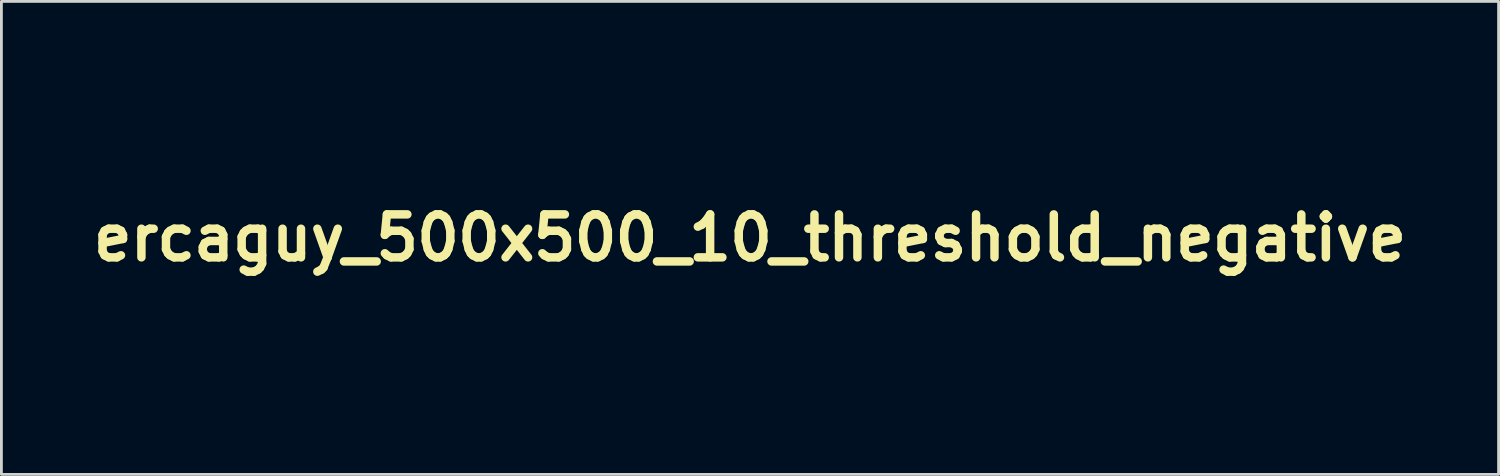
<source format=kicad_pcb>
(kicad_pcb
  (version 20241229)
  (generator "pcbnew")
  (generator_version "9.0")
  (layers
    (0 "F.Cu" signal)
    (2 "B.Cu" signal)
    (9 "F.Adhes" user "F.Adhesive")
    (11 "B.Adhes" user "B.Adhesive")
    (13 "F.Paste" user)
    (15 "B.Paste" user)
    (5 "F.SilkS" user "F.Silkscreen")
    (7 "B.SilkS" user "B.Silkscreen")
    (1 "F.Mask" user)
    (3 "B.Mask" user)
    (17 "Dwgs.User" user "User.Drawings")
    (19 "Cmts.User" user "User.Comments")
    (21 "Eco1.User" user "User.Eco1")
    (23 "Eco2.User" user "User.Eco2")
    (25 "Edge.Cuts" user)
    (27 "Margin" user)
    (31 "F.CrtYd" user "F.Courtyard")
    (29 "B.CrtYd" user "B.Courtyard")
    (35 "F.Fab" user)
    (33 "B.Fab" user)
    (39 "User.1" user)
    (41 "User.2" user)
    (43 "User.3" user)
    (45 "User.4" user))
  (footprint "ercaguy_500x500_10_threshold_negative"
    (layer "F.Cu")
    (at 23.557 5.39)
    (property "Reference" "ercaguy_500x500_10_threshold_negative" (at 0 0 0) (layer "F.SilkS") (effects (font (size 1.524 1.524) (thickness 0.3))))
    (attr through_hole)
    (fp_poly (pts (xy -15.253 -2.376) (xy -15.11 -2.274) (xy -15.018 -2.093) (xy -15.006 -2.045) (xy -14.973 -1.88) (xy -15.391 -1.88) (xy -15.598 -1.882) (xy -15.72 -1.892) (xy -15.776 -1.913) (xy -15.783 -1.948) (xy -15.779 -1.96) (xy -15.752 -2.082) (xy -15.748 -2.137) (xy -15.708 -2.232) (xy -15.62 -2.317) (xy -15.429 -2.393) (xy -15.253 -2.376)) (stroke (width 0.01) (type solid)) (fill no) (layer "Eco2.User"))
    (fp_poly (pts (xy -2.501 -1.672) (xy -2.448 -1.645) (xy -2.447 -1.57) (xy -2.457 -1.511) (xy -2.528 -1.335) (xy -2.648 -1.206) (xy -2.794 -1.137) (xy -2.944 -1.137) (xy -3.072 -1.217) (xy -3.134 -1.351) (xy -3.114 -1.491) (xy -3.018 -1.601) (xy -2.967 -1.627) (xy -2.83 -1.66) (xy -2.66 -1.676) (xy -2.632 -1.676) (xy -2.501 -1.672)) (stroke (width 0.01) (type solid)) (fill no) (layer "Eco2.User"))
    (fp_poly (pts (xy 3.696 -1.672) (xy 3.75 -1.645) (xy 3.751 -1.57) (xy 3.74 -1.511) (xy 3.67 -1.335) (xy 3.55 -1.206) (xy 3.403 -1.137) (xy 3.254 -1.137) (xy 3.126 -1.217) (xy 3.063 -1.351) (xy 3.084 -1.491) (xy 3.179 -1.601) (xy 3.231 -1.627) (xy 3.368 -1.66) (xy 3.538 -1.676) (xy 3.566 -1.676) (xy 3.696 -1.672)) (stroke (width 0.01) (type solid)) (fill no) (layer "Eco2.User"))
    (fp_poly (pts (xy -17.629 -2.388) (xy -17.491 -2.272) (xy -17.398 -2.113) (xy -17.374 -1.995) (xy -17.379 -1.938) (xy -17.411 -1.903) (xy -17.488 -1.886) (xy -17.633 -1.88) (xy -17.778 -1.88) (xy -17.991 -1.884) (xy -18.115 -1.899) (xy -18.163 -1.926) (xy -18.164 -1.943) (xy -18.139 -2.038) (xy -18.113 -2.15) (xy -18.041 -2.275) (xy -17.91 -2.369) (xy -17.758 -2.412) (xy -17.629 -2.388)) (stroke (width 0.01) (type solid)) (fill no) (layer "Eco2.User"))
    (fp_poly (pts (xy 19.101 5.385) (xy -19.101 5.385) (xy -19.101 4.75) (xy 12.09 4.75) (xy 12.116 4.775) (xy 12.141 4.75) (xy 12.116 4.724) (xy 12.09 4.75) (xy -19.101 4.75) (xy -19.101 4.522) (xy 11.789 4.522) (xy 11.802 4.548) (xy 11.83 4.585) (xy 11.904 4.664) (xy 11.937 4.663) (xy 11.938 4.654) (xy 11.933 4.648) (xy 12.446 4.648) (xy 12.471 4.674) (xy 12.497 4.648) (xy 12.471 4.623) (xy 12.446 4.648) (xy 11.933 4.648) (xy 11.903 4.612) (xy 11.849 4.566) (xy 11.789 4.522) (xy -19.101 4.522) (xy -19.101 4.369) (xy 12.446 4.369) (xy 12.463 4.418) (xy 12.468 4.42) (xy 12.512 4.384) (xy 12.522 4.369) (xy 12.518 4.322) (xy 12.5 4.318) (xy 12.448 4.355) (xy 12.446 4.369) (xy -19.101 4.369) (xy -19.101 4.242) (xy 12.395 4.242) (xy 12.421 4.267) (xy 12.446 4.242) (xy 12.421 4.216) (xy 12.395 4.242) (xy -19.101 4.242) (xy -19.101 4.089) (xy 13.259 4.089) (xy 13.284 4.115) (xy 13.31 4.089) (xy 13.284 4.064) (xy 13.259 4.089) (xy -19.101 4.089) (xy -19.101 3.937) (xy 11.227 3.937) (xy 11.252 3.962) (xy 11.278 3.937) (xy 11.252 3.912) (xy 11.227 3.937) (xy -19.101 3.937) (xy -19.101 3.435) (xy 10.446 3.435) (xy 10.494 3.499) (xy 10.538 3.548) (xy 10.645 3.659) (xy 10.7 3.704) (xy 10.718 3.693) (xy 10.719 3.685) (xy 10.686 3.638) (xy 10.606 3.556) (xy 10.604 3.555) (xy 10.539 3.486) (xy 10.552 3.473) (xy 10.579 3.482) (xy 10.653 3.495) (xy 10.658 3.451) (xy 12.001 3.451) (xy 12.008 3.454) (xy 12.055 3.419) (xy 12.065 3.404) (xy 12.078 3.356) (xy 12.071 3.353) (xy 12.025 3.389) (xy 12.014 3.404) (xy 12.001 3.451) (xy 10.658 3.451) (xy 10.659 3.445) (xy 10.615 3.349) (xy 12.154 3.349) (xy 12.161 3.353) (xy 12.207 3.317) (xy 12.217 3.302) (xy 12.23 3.255) (xy 12.223 3.251) (xy 12.177 3.287) (xy 12.167 3.302) (xy 12.154 3.349) (xy 10.615 3.349) (xy 10.615 3.349) (xy 10.549 3.267) (xy 10.496 3.258) (xy 10.483 3.322) (xy 10.492 3.359) (xy 10.505 3.434) (xy 10.464 3.431) (xy 10.458 3.428) (xy 10.446 3.435) (xy -19.101 3.435) (xy -19.101 3.226) (xy 10.312 3.226) (xy 10.338 3.251) (xy 10.363 3.226) (xy 10.338 3.2) (xy 10.312 3.226) (xy -19.101 3.226) (xy -19.101 3.073) (xy 10.312 3.073) (xy 10.338 3.099) (xy 10.363 3.073) (xy 10.338 3.048) (xy 10.312 3.073) (xy -19.101 3.073) (xy -19.101 2.565) (xy 10.871 2.565) (xy 10.897 2.591) (xy 10.922 2.565) (xy 10.897 2.54) (xy 10.871 2.565) (xy -19.101 2.565) (xy -19.101 2.515) (xy 12.344 2.515) (xy 12.37 2.54) (xy 12.395 2.515) (xy 12.37 2.489) (xy 12.344 2.515) (xy -19.101 2.515) (xy -19.101 2.413) (xy 12.141 2.413) (xy 12.167 2.438) (xy 12.192 2.413) (xy 12.167 2.388) (xy 12.395 2.388) (xy 12.414 2.429) (xy 12.429 2.421) (xy 12.435 2.361) (xy 12.429 2.354) (xy 12.399 2.361) (xy 12.395 2.388) (xy 12.167 2.388) (xy 12.141 2.413) (xy -19.101 2.413) (xy -19.101 2.21) (xy 12.598 2.21) (xy 12.624 2.235) (xy 12.649 2.21) (xy 14.376 2.21) (xy 14.402 2.235) (xy 14.427 2.21) (xy 14.402 2.184) (xy 14.376 2.21) (xy 12.649 2.21) (xy 12.624 2.184) (xy 12.598 2.21) (xy -19.101 2.21) (xy -19.101 2.007) (xy 2.489 2.007) (xy 2.515 2.032) (xy 2.54 2.007) (xy 2.515 1.981) (xy 2.489 2.007) (xy -19.101 2.007) (xy -19.101 1.956) (xy 14.072 1.956) (xy 14.097 1.981) (xy 14.122 1.956) (xy 14.097 1.93) (xy 14.072 1.956) (xy -19.101 1.956) (xy -19.101 1.803) (xy 13.614 1.803) (xy 13.64 1.829) (xy 13.665 1.803) (xy 13.64 1.778) (xy 13.614 1.803) (xy -19.101 1.803) (xy -19.101 1.748) (xy 13.923 1.748) (xy 13.933 1.814) (xy 13.95 1.815) (xy 13.953 1.799) (xy 14.025 1.799) (xy 14.034 1.865) (xy 14.051 1.866) (xy 14.064 1.798) (xy 14.056 1.768) (xy 14.033 1.749) (xy 14.025 1.799) (xy 13.953 1.799) (xy 13.962 1.747) (xy 13.954 1.718) (xy 13.931 1.698) (xy 13.923 1.748) (xy -19.101 1.748) (xy -19.101 1.592) (xy 13.53 1.592) (xy 13.537 1.622) (xy 13.564 1.626) (xy 13.605 1.607) (xy 13.597 1.592) (xy 13.537 1.586) (xy 13.53 1.592) (xy -19.101 1.592) (xy -19.101 1.549) (xy 0.813 1.549) (xy 0.838 1.575) (xy 0.864 1.549) (xy 0.838 1.524) (xy 0.813 1.549) (xy -19.101 1.549) (xy -19.101 1.397) (xy 13.208 1.397) (xy 13.233 1.422) (xy 13.259 1.397) (xy 13.233 1.372) (xy 13.208 1.397) (xy -19.101 1.397) (xy -19.101 1.143) (xy 12.751 1.143) (xy 12.776 1.168) (xy 12.802 1.143) (xy 12.797 1.139) (xy 13.11 1.139) (xy 13.12 1.205) (xy 13.137 1.205) (xy 13.149 1.137) (xy 13.141 1.108) (xy 13.119 1.089) (xy 13.11 1.139) (xy 12.797 1.139) (xy 12.776 1.118) (xy 12.751 1.143) (xy -19.101 1.143) (xy -19.101 0.229) (xy 13.462 0.229) (xy 13.487 0.254) (xy 13.513 0.229) (xy 13.487 0.203) (xy 13.462 0.229) (xy -19.101 0.229) (xy -19.101 -0.178) (xy 13.513 -0.178) (xy 13.538 -0.152) (xy 13.564 -0.178) (xy 13.538 -0.203) (xy 13.513 -0.178) (xy -19.101 -0.178) (xy -19.101 -0.389) (xy 13.835 -0.389) (xy 13.842 -0.359) (xy 13.868 -0.356) (xy 13.91 -0.374) (xy 13.902 -0.389) (xy 13.842 -0.396) (xy 13.835 -0.389) (xy -19.101 -0.389) (xy -19.101 -0.432) (xy 13.614 -0.432) (xy 13.64 -0.406) (xy 13.665 -0.432) (xy 13.64 -0.457) (xy 13.614 -0.432) (xy -19.101 -0.432) (xy -19.101 -0.69) (xy 17.53 -0.69) (xy 17.539 -0.624) (xy 17.557 -0.623) (xy 17.569 -0.691) (xy 17.561 -0.721) (xy 17.538 -0.74) (xy 17.53 -0.69) (xy -19.101 -0.69) (xy -19.101 -0.737) (xy 10.82 -0.737) (xy 10.846 -0.711) (xy 10.871 -0.737) (xy 10.846 -0.762) (xy 10.82 -0.737) (xy -19.101 -0.737) (xy -19.101 -0.787) (xy -8.331 -0.787) (xy -8.306 -0.762) (xy -8.28 -0.787) (xy 18.339 -0.787) (xy 18.364 -0.762) (xy 18.39 -0.787) (xy 18.364 -0.813) (xy 18.339 -0.787) (xy -8.28 -0.787) (xy -8.306 -0.813) (xy -8.331 -0.787) (xy -19.101 -0.787) (xy -19.101 -0.889) (xy 10.719 -0.889) (xy 10.744 -0.864) (xy 10.77 -0.889) (xy 10.744 -0.914) (xy 10.719 -0.889) (xy -19.101 -0.889) (xy -19.101 -1.066) (xy -5.635 -1.066) (xy -5.623 -1.04) (xy -5.594 -1.003) (xy -5.52 -0.924) (xy -5.487 -0.925) (xy -5.486 -0.934) (xy -5.491 -0.94) (xy 16.104 -0.94) (xy 16.129 -0.914) (xy 16.154 -0.94) (xy 16.866 -0.94) (xy 16.891 -0.914) (xy 16.916 -0.94) (xy 16.891 -0.965) (xy 16.866 -0.94) (xy 16.154 -0.94) (xy 16.129 -0.965) (xy 16.104 -0.94) (xy -5.491 -0.94) (xy -5.511 -0.964) (xy 4.437 -0.964) (xy 4.543 -0.996) (xy 4.643 -1.035) (xy 4.682 -1.06) (xy 4.706 -1.12) (xy 4.726 -1.191) (xy 5.445 -1.191) (xy 5.448 -1.114) (xy 5.473 -1.067) (xy 5.513 -1.034) (xy 5.649 -0.977) (xy 5.799 -0.971) (xy 5.85 -0.991) (xy 7.01 -0.991) (xy 7.036 -0.965) (xy 7.051 -0.98) (xy 16.237 -0.98) (xy 16.307 -0.973) (xy 16.379 -0.981) (xy 16.37 -0.999) (xy 16.266 -1.006) (xy 16.243 -0.999) (xy 16.237 -0.98) (xy 7.051 -0.98) (xy 7.061 -0.991) (xy 7.036 -1.016) (xy 7.01 -0.991) (xy 5.85 -0.991) (xy 5.919 -1.016) (xy 5.938 -1.035) (xy 5.941 -1.041) (xy 14.275 -1.041) (xy 14.3 -1.016) (xy 14.326 -1.041) (xy 18.288 -1.041) (xy 18.313 -1.016) (xy 18.339 -1.041) (xy 18.313 -1.067) (xy 18.288 -1.041) (xy 14.326 -1.041) (xy 14.3 -1.067) (xy 14.275 -1.041) (xy 5.941 -1.041) (xy 5.964 -1.095) (xy 5.9 -1.131) (xy 5.894 -1.132) (xy 5.874 -1.143) (xy 6.909 -1.143) (xy 6.934 -1.118) (xy 6.96 -1.143) (xy 10.617 -1.143) (xy 10.643 -1.118) (xy 10.668 -1.143) (xy 18.948 -1.143) (xy 18.974 -1.118) (xy 18.999 -1.143) (xy 18.974 -1.168) (xy 18.948 -1.143) (xy 10.668 -1.143) (xy 10.643 -1.168) (xy 10.617 -1.143) (xy 6.96 -1.143) (xy 6.934 -1.168) (xy 6.909 -1.143) (xy 5.874 -1.143) (xy 5.803 -1.181) (xy 5.773 -1.245) (xy 18.288 -1.245) (xy 18.313 -1.219) (xy 18.339 -1.245) (xy 18.313 -1.27) (xy 18.288 -1.245) (xy 5.773 -1.245) (xy 5.757 -1.279) (xy 5.757 -1.295) (xy 14.224 -1.295) (xy 14.249 -1.27) (xy 14.275 -1.295) (xy 14.249 -1.321) (xy 14.224 -1.295) (xy 5.757 -1.295) (xy 5.755 -1.441) (xy 5.756 -1.448) (xy 6.756 -1.448) (xy 6.782 -1.422) (xy 6.807 -1.448) (xy 8.23 -1.448) (xy 8.255 -1.422) (xy 8.28 -1.448) (xy 8.534 -1.448) (xy 8.56 -1.422) (xy 8.585 -1.448) (xy 18.745 -1.448) (xy 18.771 -1.422) (xy 18.796 -1.448) (xy 18.771 -1.473) (xy 18.745 -1.448) (xy 8.585 -1.448) (xy 8.56 -1.473) (xy 8.534 -1.448) (xy 8.28 -1.448) (xy 8.255 -1.473) (xy 8.23 -1.448) (xy 6.807 -1.448) (xy 6.782 -1.473) (xy 6.756 -1.448) (xy 5.756 -1.448) (xy 5.764 -1.499) (xy 8.026 -1.499) (xy 8.052 -1.473) (xy 8.077 -1.499) (xy 8.052 -1.524) (xy 8.026 -1.499) (xy 5.764 -1.499) (xy 5.772 -1.549) (xy 7.925 -1.549) (xy 7.95 -1.524) (xy 7.976 -1.549) (xy 14.173 -1.549) (xy 14.199 -1.524) (xy 14.224 -1.549) (xy 14.199 -1.575) (xy 14.173 -1.549) (xy 7.976 -1.549) (xy 7.95 -1.575) (xy 7.925 -1.549) (xy 5.772 -1.549) (xy 5.78 -1.6) (xy 6.706 -1.6) (xy 6.731 -1.575) (xy 6.756 -1.6) (xy 6.731 -1.626) (xy 6.706 -1.6) (xy 5.78 -1.6) (xy 5.791 -1.67) (xy 5.798 -1.702) (xy 16.967 -1.702) (xy 16.993 -1.676) (xy 17.018 -1.702) (xy 16.993 -1.727) (xy 16.967 -1.702) (xy 5.798 -1.702) (xy 5.82 -1.803) (xy 6.655 -1.803) (xy 6.68 -1.778) (xy 6.706 -1.803) (xy 10.668 -1.803) (xy 10.693 -1.778) (xy 10.719 -1.803) (xy 10.693 -1.829) (xy 10.668 -1.803) (xy 6.706 -1.803) (xy 6.68 -1.829) (xy 6.655 -1.803) (xy 5.82 -1.803) (xy 5.831 -1.854) (xy 14.122 -1.854) (xy 14.148 -1.829) (xy 14.173 -1.854) (xy 17.678 -1.854) (xy 17.704 -1.829) (xy 17.729 -1.854) (xy 18.847 -1.854) (xy 18.872 -1.829) (xy 18.898 -1.854) (xy 18.872 -1.88) (xy 18.847 -1.854) (xy 17.729 -1.854) (xy 17.704 -1.88) (xy 17.678 -1.854) (xy 14.173 -1.854) (xy 14.148 -1.88) (xy 14.122 -1.854) (xy 5.831 -1.854) (xy 5.843 -1.905) (xy 8.331 -1.905) (xy 8.357 -1.88) (xy 8.382 -1.905) (xy 8.357 -1.93) (xy 8.331 -1.905) (xy 5.843 -1.905) (xy 5.847 -1.925) (xy 5.89 -2.057) (xy 8.331 -2.057) (xy 8.357 -2.032) (xy 8.382 -2.057) (xy 10.719 -2.057) (xy 10.744 -2.032) (xy 10.77 -2.057) (xy 10.744 -2.083) (xy 10.719 -2.057) (xy 8.382 -2.057) (xy 8.357 -2.083) (xy 8.331 -2.057) (xy 5.89 -2.057) (xy 5.902 -2.095) (xy 5.91 -2.108) (xy 14.072 -2.108) (xy 14.097 -2.083) (xy 14.122 -2.108) (xy 14.097 -2.134) (xy 14.072 -2.108) (xy 5.91 -2.108) (xy 5.962 -2.194) (xy 6.036 -2.24) (xy 6.061 -2.245) (xy 6.155 -2.283) (xy 6.171 -2.311) (xy 12.497 -2.311) (xy 12.522 -2.286) (xy 12.548 -2.311) (xy 12.522 -2.337) (xy 12.497 -2.311) (xy 6.171 -2.311) (xy 6.185 -2.339) (xy 6.162 -2.362) (xy 14.021 -2.362) (xy 14.046 -2.337) (xy 14.072 -2.362) (xy 14.046 -2.388) (xy 14.021 -2.362) (xy 6.162 -2.362) (xy 6.143 -2.381) (xy 6.094 -2.388) (xy 6.025 -2.397) (xy 5.998 -2.443) (xy 6 -2.553) (xy 6.002 -2.565) (xy 6.655 -2.565) (xy 6.68 -2.54) (xy 6.706 -2.565) (xy 6.68 -2.591) (xy 6.655 -2.565) (xy 6.002 -2.565) (xy 6.007 -2.615) (xy 6.013 -2.667) (xy 13.97 -2.667) (xy 13.995 -2.642) (xy 14.021 -2.667) (xy 13.995 -2.692) (xy 13.97 -2.667) (xy 6.013 -2.667) (xy 6.028 -2.806) (xy 8.658 -2.806) (xy 8.708 -2.798) (xy 8.774 -2.807) (xy 8.774 -2.819) (xy 8.839 -2.819) (xy 8.865 -2.794) (xy 8.89 -2.819) (xy 9.754 -2.819) (xy 9.779 -2.794) (xy 9.804 -2.819) (xy 9.796 -2.828) (xy 10.38 -2.828) (xy 10.387 -2.798) (xy 10.414 -2.794) (xy 10.456 -2.813) (xy 10.448 -2.828) (xy 10.388 -2.834) (xy 10.38 -2.828) (xy 9.796 -2.828) (xy 9.779 -2.845) (xy 9.754 -2.819) (xy 8.89 -2.819) (xy 8.865 -2.845) (xy 8.839 -2.819) (xy 8.774 -2.819) (xy 8.775 -2.825) (xy 8.707 -2.837) (xy 8.677 -2.829) (xy 8.658 -2.806) (xy 6.028 -2.806) (xy 6.033 -2.843) (xy 5.888 -2.758) (xy 5.771 -2.649) (xy 5.713 -2.53) (xy 5.657 -2.415) (xy 5.589 -2.388) (xy 5.497 -2.356) (xy 5.467 -2.288) (xy 5.511 -2.223) (xy 5.544 -2.208) (xy 5.621 -2.153) (xy 5.619 -2.065) (xy 5.595 -1.966) (xy 5.559 -1.798) (xy 5.517 -1.593) (xy 5.504 -1.529) (xy 5.464 -1.322) (xy 5.445 -1.191) (xy 4.726 -1.191) (xy 4.744 -1.258) (xy 4.791 -1.449) (xy 4.824 -1.598) (xy 4.883 -1.859) (xy 4.933 -2.036) (xy 4.984 -2.147) (xy 5.044 -2.209) (xy 5.123 -2.238) (xy 5.169 -2.245) (xy 5.286 -2.28) (xy 5.323 -2.331) (xy 5.277 -2.375) (xy 5.186 -2.388) (xy 5.074 -2.401) (xy 5.033 -2.456) (xy 5.029 -2.503) (xy 5.066 -2.657) (xy 5.158 -2.781) (xy 5.28 -2.843) (xy 5.305 -2.845) (xy 5.424 -2.873) (xy 5.482 -2.915) (xy 5.484 -2.921) (xy 13.919 -2.921) (xy 13.945 -2.896) (xy 13.97 -2.921) (xy 13.945 -2.946) (xy 13.919 -2.921) (xy 5.484 -2.921) (xy 5.503 -2.965) (xy 5.491 -2.972) (xy 12.649 -2.972) (xy 12.675 -2.946) (xy 12.7 -2.972) (xy 12.675 -2.997) (xy 12.649 -2.972) (xy 5.491 -2.972) (xy 5.45 -2.993) (xy 5.368 -3.006) (xy 5.193 -3.008) (xy 5.037 -2.985) (xy 4.941 -2.948) (xy 4.877 -2.88) (xy 4.825 -2.753) (xy 4.798 -2.666) (xy 4.745 -2.505) (xy 4.696 -2.421) (xy 4.632 -2.39) (xy 4.594 -2.388) (xy 4.494 -2.36) (xy 4.47 -2.311) (xy 4.511 -2.244) (xy 4.548 -2.235) (xy 4.608 -2.221) (xy 4.641 -2.17) (xy 4.648 -2.068) (xy 4.628 -1.901) (xy 4.583 -1.655) (xy 4.557 -1.533) (xy 4.437 -0.964) (xy -5.511 -0.964) (xy -5.518 -0.972) (xy -1.041 -0.972) (xy -1.04 -0.965) (xy -0.985 -0.981) (xy -0.901 -1.011) (xy -0.824 -1.062) (xy -0.769 -1.16) (xy -0.72 -1.331) (xy -0.715 -1.354) (xy -0.657 -1.568) (xy 0.136 -1.568) (xy 0.154 -1.369) (xy 0.202 -1.21) (xy 0.234 -1.162) (xy 0.423 -1.023) (xy 0.653 -0.968) (xy 0.9 -1.002) (xy 0.921 -1.009) (xy 1.687 -1.009) (xy 1.745 -0.994) (xy 1.797 -1.002) (xy 1.904 -1.05) (xy 1.951 -1.111) (xy 1.973 -1.205) (xy 1.986 -1.266) (xy 2.798 -1.266) (xy 2.851 -1.119) (xy 2.963 -1.015) (xy 3.122 -0.977) (xy 3.182 -0.982) (xy 3.358 -1.027) (xy 3.515 -1.089) (xy 3.636 -1.148) (xy 3.692 -1.161) (xy 3.708 -1.131) (xy 3.708 -1.092) (xy 3.753 -1.031) (xy 3.835 -1.016) (xy 3.92 -1.029) (xy 3.956 -1.086) (xy 3.962 -1.201) (xy 3.973 -1.342) (xy 4 -1.541) (xy 4.038 -1.76) (xy 4.044 -1.791) (xy 4.084 -1.992) (xy 4.101 -2.119) (xy 4.095 -2.197) (xy 4.065 -2.254) (xy 4.019 -2.302) (xy 3.882 -2.379) (xy 3.689 -2.415) (xy 3.476 -2.411) (xy 3.279 -2.366) (xy 3.169 -2.308) (xy 3.053 -2.207) (xy 3.011 -2.138) (xy 3.047 -2.111) (xy 3.109 -2.12) (xy 3.25 -2.174) (xy 3.326 -2.218) (xy 3.473 -2.274) (xy 3.623 -2.264) (xy 3.75 -2.201) (xy 3.828 -2.098) (xy 3.832 -1.967) (xy 3.832 -1.966) (xy 3.801 -1.874) (xy 3.788 -1.843) (xy 3.737 -1.831) (xy 3.611 -1.81) (xy 3.434 -1.784) (xy 3.401 -1.779) (xy 3.186 -1.743) (xy 3.044 -1.699) (xy 2.948 -1.637) (xy 2.908 -1.597) (xy 2.814 -1.433) (xy 2.798 -1.266) (xy 1.986 -1.266) (xy 2.006 -1.359) (xy 2.031 -1.483) (xy 2.122 -1.78) (xy 2.258 -2.009) (xy 2.431 -2.157) (xy 2.466 -2.174) (xy 2.632 -2.251) (xy 2.727 -2.306) (xy 2.772 -2.354) (xy 2.783 -2.379) (xy 2.771 -2.433) (xy 2.7 -2.438) (xy 2.594 -2.402) (xy 2.48 -2.33) (xy 2.431 -2.286) (xy 2.299 -2.171) (xy 2.22 -2.14) (xy 2.194 -2.191) (xy 2.205 -2.261) (xy 2.216 -2.352) (xy 2.166 -2.384) (xy 2.094 -2.388) (xy 2.033 -2.384) (xy 1.988 -2.364) (xy 1.953 -2.309) (xy 1.919 -2.204) (xy 1.88 -2.032) (xy 1.831 -1.791) (xy 1.782 -1.547) (xy 1.739 -1.332) (xy 1.706 -1.169) (xy 1.689 -1.086) (xy 1.687 -1.009) (xy 0.921 -1.009) (xy 0.935 -1.014) (xy 1.055 -1.081) (xy 1.191 -1.186) (xy 1.223 -1.215) (xy 1.382 -1.367) (xy 1.257 -1.398) (xy 1.152 -1.399) (xy 1.043 -1.336) (xy 0.977 -1.274) (xy 0.841 -1.158) (xy 0.73 -1.126) (xy 0.612 -1.171) (xy 0.54 -1.223) (xy 0.436 -1.364) (xy 0.399 -1.548) (xy 0.421 -1.751) (xy 0.494 -1.95) (xy 0.609 -2.122) (xy 0.757 -2.241) (xy 0.928 -2.286) (xy 1.009 -2.252) (xy 1.109 -2.168) (xy 1.118 -2.159) (xy 1.231 -2.059) (xy 1.327 -2.039) (xy 1.421 -2.081) (xy 1.461 -2.125) (xy 1.436 -2.186) (xy 1.375 -2.257) (xy 1.193 -2.384) (xy 0.978 -2.429) (xy 0.751 -2.397) (xy 0.53 -2.295) (xy 0.335 -2.127) (xy 0.202 -1.933) (xy 0.152 -1.769) (xy 0.136 -1.568) (xy -0.657 -1.568) (xy -0.62 -1.702) (xy -0.508 -1.954) (xy -0.375 -2.114) (xy -0.312 -2.155) (xy -0.187 -2.21) (xy -0.095 -2.235) (xy -0.091 -2.235) (xy -0.014 -2.274) (xy 0.039 -2.337) (xy 0.065 -2.416) (xy 0.025 -2.443) (xy -0.065 -2.421) (xy -0.185 -2.354) (xy -0.272 -2.286) (xy -0.4 -2.18) (xy -0.471 -2.143) (xy -0.502 -2.174) (xy -0.508 -2.261) (xy -0.529 -2.358) (xy -0.612 -2.387) (xy -0.631 -2.388) (xy -0.704 -2.376) (xy -0.751 -2.327) (xy -0.788 -2.216) (xy -0.815 -2.095) (xy -0.856 -1.899) (xy -0.908 -1.653) (xy -0.961 -1.408) (xy -0.966 -1.384) (xy -1.005 -1.194) (xy -1.032 -1.049) (xy -1.041 -0.972) (xy -5.518 -0.972) (xy -5.521 -0.976) (xy -5.575 -1.022) (xy -5.635 -1.066) (xy -19.101 -1.066) (xy -19.101 -1.092) (xy -6.96 -1.092) (xy -6.934 -1.067) (xy -6.909 -1.092) (xy -6.934 -1.118) (xy -6.96 -1.092) (xy -19.101 -1.092) (xy -19.101 -1.735) (xy -18.49 -1.735) (xy -18.461 -1.536) (xy -18.383 -1.35) (xy -18.274 -1.213) (xy -18.222 -1.178) (xy -18.048 -1.132) (xy -17.833 -1.125) (xy -17.748 -1.137) (xy -16.916 -1.137) (xy -16.878 -1.115) (xy -16.792 -1.124) (xy -16.707 -1.156) (xy -16.677 -1.181) (xy -16.651 -1.25) (xy -16.611 -1.401) (xy -16.56 -1.616) (xy -16.557 -1.628) (xy -16.095 -1.628) (xy -16.043 -1.418) (xy -15.929 -1.251) (xy -15.844 -1.188) (xy -15.672 -1.135) (xy -15.456 -1.123) (xy -15.248 -1.152) (xy -15.145 -1.19) (xy -15.021 -1.269) (xy -14.938 -1.343) (xy -14.903 -1.403) (xy -14.95 -1.421) (xy -14.988 -1.422) (xy -15.118 -1.392) (xy -15.185 -1.35) (xy -15.296 -1.283) (xy -15.404 -1.243) (xy -15.512 -1.236) (xy -15.611 -1.286) (xy -15.696 -1.363) (xy -15.817 -1.506) (xy -15.854 -1.616) (xy -15.832 -1.651) (xy -14.478 -1.651) (xy -14.453 -1.408) (xy -14.37 -1.246) (xy -14.22 -1.152) (xy -13.992 -1.118) (xy -13.945 -1.118) (xy -13.774 -1.124) (xy -13.655 -1.156) (xy -13.544 -1.232) (xy -13.447 -1.32) (xy -13.329 -1.433) (xy -13.279 -1.493) (xy -13.29 -1.517) (xy -13.356 -1.523) (xy -13.371 -1.523) (xy -13.513 -1.484) (xy -13.635 -1.397) (xy -13.789 -1.291) (xy -13.936 -1.274) (xy -14.064 -1.332) (xy -14.161 -1.451) (xy -14.216 -1.62) (xy -14.219 -1.824) (xy -14.17 -2.016) (xy -14.062 -2.207) (xy -13.918 -2.335) (xy -13.758 -2.391) (xy -13.601 -2.369) (xy -13.478 -2.273) (xy -13.383 -2.201) (xy -13.274 -2.175) (xy -13.188 -2.198) (xy -13.157 -2.26) (xy -13.204 -2.366) (xy -13.289 -2.43) (xy -12.803 -2.43) (xy -12.785 -2.361) (xy -12.725 -2.337) (xy -12.675 -2.319) (xy -12.656 -2.257) (xy -12.666 -2.134) (xy -12.707 -1.934) (xy -12.726 -1.854) (xy -12.773 -1.618) (xy -12.797 -1.407) (xy -12.796 -1.244) (xy -12.77 -1.153) (xy -12.768 -1.151) (xy -12.681 -1.121) (xy -12.544 -1.119) (xy -12.403 -1.141) (xy -12.345 -1.166) (xy -11.977 -1.166) (xy -11.961 -1.129) (xy -11.926 -1.121) (xy -11.876 -1.127) (xy -11.816 -1.149) (xy -11.79 -1.181) (xy -10.868 -1.181) (xy -10.837 -1.125) (xy -10.76 -1.12) (xy -10.674 -1.161) (xy -10.619 -1.232) (xy -10.589 -1.329) (xy -10.547 -1.498) (xy -10.501 -1.699) (xy -10.051 -1.699) (xy -10.037 -1.485) (xy -9.98 -1.306) (xy -9.885 -1.185) (xy -9.818 -1.153) (xy -9.624 -1.126) (xy -9.412 -1.131) (xy -9.228 -1.166) (xy -9.162 -1.194) (xy -5.74 -1.194) (xy -5.715 -1.168) (xy -5.69 -1.194) (xy -5.715 -1.219) (xy -5.74 -1.194) (xy -9.162 -1.194) (xy -9.152 -1.198) (xy -9.064 -1.266) (xy -3.399 -1.266) (xy -3.346 -1.119) (xy -3.235 -1.015) (xy -3.075 -0.977) (xy -3.015 -0.982) (xy -2.844 -1.025) (xy -2.694 -1.084) (xy -2.589 -1.128) (xy -2.538 -1.119) (xy -2.52 -1.087) (xy -2.454 -1.033) (xy -2.364 -1.016) (xy -2.279 -1.028) (xy -2.274 -1.036) (xy -1.778 -1.036) (xy -1.736 -1.001) (xy -1.653 -1.003) (xy -1.578 -1.032) (xy -1.528 -1.1) (xy -1.489 -1.234) (xy -1.472 -1.314) (xy -1.431 -1.512) (xy -1.378 -1.756) (xy -1.324 -1.993) (xy -1.324 -1.994) (xy -1.234 -2.388) (xy -1.37 -2.388) (xy -1.426 -2.384) (xy -1.469 -2.362) (xy -1.504 -2.307) (xy -1.539 -2.202) (xy -1.58 -2.031) (xy -1.634 -1.778) (xy -1.642 -1.74) (xy -1.693 -1.493) (xy -1.736 -1.28) (xy -1.765 -1.123) (xy -1.778 -1.04) (xy -1.778 -1.036) (xy -2.274 -1.036) (xy -2.243 -1.083) (xy -2.235 -1.205) (xy -2.224 -1.348) (xy -2.196 -1.549) (xy -2.155 -1.767) (xy -2.15 -1.792) (xy -2.109 -1.99) (xy -2.09 -2.114) (xy -2.096 -2.192) (xy -2.127 -2.248) (xy -2.177 -2.301) (xy -2.318 -2.383) (xy -2.508 -2.417) (xy -2.718 -2.408) (xy -2.92 -2.359) (xy -3.084 -2.276) (xy -3.181 -2.163) (xy -3.187 -2.147) (xy -3.165 -2.115) (xy -3.083 -2.122) (xy -2.969 -2.163) (xy -2.872 -2.218) (xy -2.701 -2.281) (xy -2.532 -2.251) (xy -2.438 -2.184) (xy -2.343 -2.056) (xy -2.34 -1.953) (xy -2.432 -1.871) (xy -2.621 -1.81) (xy -2.796 -1.779) (xy -3.011 -1.743) (xy -3.153 -1.699) (xy -3.249 -1.638) (xy -3.289 -1.597) (xy -3.384 -1.433) (xy -3.399 -1.266) (xy -9.064 -1.266) (xy -9.026 -1.295) (xy -7.01 -1.295) (xy -6.985 -1.27) (xy -6.96 -1.295) (xy -6.985 -1.321) (xy -7.01 -1.295) (xy -9.026 -1.295) (xy -9.019 -1.301) (xy -8.977 -1.346) (xy -8.382 -1.346) (xy -8.357 -1.321) (xy -8.331 -1.346) (xy -8.357 -1.372) (xy -8.382 -1.346) (xy -8.977 -1.346) (xy -8.93 -1.397) (xy -5.842 -1.397) (xy -5.817 -1.372) (xy -5.791 -1.397) (xy -5.817 -1.422) (xy -5.842 -1.397) (xy -8.93 -1.397) (xy -8.926 -1.401) (xy -8.877 -1.473) (xy -7.061 -1.473) (xy -7.043 -1.431) (xy -7.027 -1.439) (xy -7.021 -1.5) (xy -7.027 -1.507) (xy -7.058 -1.5) (xy -7.061 -1.473) (xy -8.877 -1.473) (xy -8.867 -1.487) (xy -8.877 -1.519) (xy -8.962 -1.524) (xy -9.084 -1.489) (xy -9.209 -1.404) (xy -9.216 -1.397) (xy -9.374 -1.291) (xy -9.53 -1.283) (xy -9.672 -1.372) (xy -9.699 -1.404) (xy -9.767 -1.549) (xy -5.893 -1.549) (xy -5.867 -1.524) (xy -5.842 -1.549) (xy -5.867 -1.575) (xy -5.893 -1.549) (xy -9.767 -1.549) (xy -9.789 -1.596) (xy -9.788 -1.651) (xy -7.112 -1.651) (xy -7.087 -1.626) (xy -7.061 -1.651) (xy -7.087 -1.676) (xy -7.112 -1.651) (xy -9.788 -1.651) (xy -9.786 -1.778) (xy -5.944 -1.778) (xy -5.925 -1.736) (xy -5.91 -1.744) (xy -5.904 -1.804) (xy -5.91 -1.812) (xy -5.94 -1.805) (xy -5.944 -1.778) (xy -9.786 -1.778) (xy -9.785 -1.829) (xy -9.76 -1.905) (xy -7.163 -1.905) (xy -7.137 -1.88) (xy -7.112 -1.905) (xy -7.137 -1.93) (xy -7.163 -1.905) (xy -9.76 -1.905) (xy -9.709 -2.057) (xy -7.214 -2.057) (xy -7.188 -2.032) (xy -7.163 -2.057) (xy -7.188 -2.083) (xy -7.214 -2.057) (xy -9.709 -2.057) (xy -9.706 -2.066) (xy -9.645 -2.159) (xy -3.861 -2.159) (xy -3.835 -2.134) (xy -3.81 -2.159) (xy -3.835 -2.184) (xy -3.861 -2.159) (xy -9.645 -2.159) (xy -9.587 -2.249) (xy -9.438 -2.36) (xy -9.28 -2.393) (xy -9.131 -2.341) (xy -9.059 -2.273) (xy -8.963 -2.201) (xy -8.855 -2.175) (xy -8.768 -2.198) (xy -8.762 -2.21) (xy -7.315 -2.21) (xy -7.29 -2.184) (xy -7.264 -2.21) (xy -7.29 -2.235) (xy -7.315 -2.21) (xy -8.762 -2.21) (xy -8.738 -2.26) (xy -8.738 -2.261) (xy -4.267 -2.261) (xy -4.242 -2.235) (xy -4.216 -2.261) (xy -4.242 -2.286) (xy -4.267 -2.261) (xy -8.738 -2.261) (xy -8.784 -2.364) (xy -8.904 -2.456) (xy -9.072 -2.519) (xy -9.241 -2.54) (xy -9.525 -2.497) (xy -9.757 -2.368) (xy -9.93 -2.157) (xy -9.943 -2.133) (xy -10.021 -1.923) (xy -10.051 -1.699) (xy -10.501 -1.699) (xy -10.498 -1.713) (xy -10.464 -1.871) (xy -10.417 -2.097) (xy -10.374 -2.289) (xy -10.341 -2.425) (xy -10.328 -2.472) (xy -10.329 -2.525) (xy -10.405 -2.535) (xy -10.442 -2.531) (xy -10.502 -2.521) (xy -10.547 -2.494) (xy -10.585 -2.434) (xy -10.622 -2.326) (xy -10.665 -2.151) (xy -10.723 -1.895) (xy -10.726 -1.88) (xy -10.779 -1.635) (xy -10.823 -1.423) (xy -10.854 -1.266) (xy -10.868 -1.185) (xy -10.868 -1.181) (xy -11.79 -1.181) (xy -11.768 -1.208) (xy -11.721 -1.325) (xy -11.667 -1.518) (xy -11.655 -1.564) (xy -11.565 -1.865) (xy -11.467 -2.079) (xy -11.351 -2.221) (xy -11.207 -2.306) (xy -11.183 -2.314) (xy -11.042 -2.379) (xy -10.935 -2.454) (xy -10.883 -2.515) (xy -10.909 -2.537) (xy -10.992 -2.54) (xy -11.154 -2.491) (xy -11.278 -2.388) (xy -11.375 -2.292) (xy -11.444 -2.239) (xy -11.456 -2.235) (xy -11.475 -2.279) (xy -11.471 -2.384) (xy -11.47 -2.388) (xy -11.465 -2.495) (xy -11.508 -2.535) (xy -11.583 -2.54) (xy -11.638 -2.536) (xy -11.68 -2.514) (xy -11.715 -2.459) (xy -11.75 -2.353) (xy -11.79 -2.183) (xy -11.844 -1.93) (xy -11.853 -1.884) (xy -11.914 -1.591) (xy -11.954 -1.383) (xy -11.975 -1.246) (xy -11.977 -1.166) (xy -12.345 -1.166) (xy -12.304 -1.184) (xy -12.294 -1.194) (xy -12.26 -1.253) (xy -12.314 -1.27) (xy -12.332 -1.27) (xy -12.444 -1.292) (xy -12.51 -1.365) (xy -12.531 -1.499) (xy -12.507 -1.703) (xy -12.439 -1.988) (xy -12.417 -2.069) (xy -12.359 -2.237) (xy -12.296 -2.329) (xy -12.22 -2.366) (xy -12.111 -2.415) (xy -12.067 -2.477) (xy -12.095 -2.526) (xy -12.168 -2.54) (xy -12.25 -2.551) (xy -12.278 -2.602) (xy -12.27 -2.719) (xy -12.254 -2.803) (xy -1.422 -2.803) (xy -1.387 -2.764) (xy -1.304 -2.774) (xy -1.206 -2.823) (xy -1.134 -2.89) (xy -1.105 -2.952) (xy -1.156 -2.981) (xy -1.204 -2.989) (xy -1.339 -2.966) (xy -1.413 -2.867) (xy -1.422 -2.803) (xy -12.254 -2.803) (xy -12.244 -2.857) (xy -12.232 -2.896) (xy -10.516 -2.896) (xy -10.478 -2.874) (xy -10.392 -2.887) (xy -10.3 -2.925) (xy -10.25 -2.967) (xy -10.248 -2.972) (xy -8.179 -2.972) (xy -8.153 -2.946) (xy -8.128 -2.972) (xy -8.153 -2.997) (xy -8.179 -2.972) (xy -10.248 -2.972) (xy -10.227 -3.023) (xy 13.919 -3.023) (xy 13.945 -2.997) (xy 13.97 -3.023) (xy 13.945 -3.048) (xy 13.919 -3.023) (xy -10.227 -3.023) (xy -10.215 -3.054) (xy -10.24 -3.073) (xy 10.922 -3.073) (xy 10.947 -3.048) (xy 10.973 -3.073) (xy 10.947 -3.099) (xy 10.922 -3.073) (xy -10.24 -3.073) (xy -10.267 -3.094) (xy -10.332 -3.099) (xy -10.451 -3.055) (xy -10.512 -2.941) (xy -10.516 -2.896) (xy -12.232 -2.896) (xy -12.213 -2.954) (xy -12.21 -2.959) (xy -12.223 -2.973) (xy -12.3 -2.938) (xy -12.347 -2.909) (xy -12.467 -2.81) (xy -12.542 -2.704) (xy -12.55 -2.682) (xy -12.618 -2.578) (xy -12.689 -2.549) (xy -12.769 -2.506) (xy -12.803 -2.43) (xy -13.289 -2.43) (xy -13.327 -2.457) (xy -13.5 -2.52) (xy -13.679 -2.54) (xy -13.962 -2.497) (xy -14.189 -2.371) (xy -14.356 -2.171) (xy -14.453 -1.904) (xy -14.478 -1.651) (xy -15.832 -1.651) (xy -15.803 -1.696) (xy -15.662 -1.749) (xy -15.426 -1.78) (xy -15.263 -1.789) (xy -14.808 -1.803) (xy -14.792 -1.949) (xy -14.803 -2.196) (xy -14.901 -2.39) (xy -14.945 -2.437) (xy -15.091 -2.513) (xy -15.29 -2.542) (xy -15.506 -2.524) (xy -15.702 -2.458) (xy -15.733 -2.44) (xy -15.905 -2.287) (xy -16.025 -2.086) (xy -16.089 -1.858) (xy -16.095 -1.628) (xy -16.557 -1.628) (xy -16.503 -1.876) (xy -16.46 -2.083) (xy -16.401 -2.368) (xy -16.346 -2.622) (xy -16.298 -2.827) (xy -16.262 -2.964) (xy -16.247 -3.01) (xy -16.231 -3.072) (xy -16.284 -3.096) (xy -16.356 -3.099) (xy -16.464 -3.091) (xy -16.51 -3.073) (xy -16.51 -3.073) (xy -16.52 -3.017) (xy -16.549 -2.878) (xy -16.592 -2.672) (xy -16.647 -2.413) (xy -16.71 -2.118) (xy -16.713 -2.102) (xy -16.777 -1.806) (xy -16.832 -1.546) (xy -16.876 -1.338) (xy -16.905 -1.197) (xy -16.916 -1.138) (xy -16.916 -1.137) (xy -17.748 -1.137) (xy -17.628 -1.155) (xy -17.532 -1.19) (xy -17.409 -1.269) (xy -17.326 -1.343) (xy -17.29 -1.403) (xy -17.338 -1.422) (xy -17.372 -1.422) (xy -17.492 -1.392) (xy -17.614 -1.321) (xy -17.769 -1.234) (xy -17.911 -1.24) (xy -18.061 -1.341) (xy -18.089 -1.368) (xy -18.206 -1.51) (xy -18.236 -1.62) (xy -18.176 -1.699) (xy -18.024 -1.75) (xy -17.777 -1.775) (xy -17.606 -1.778) (xy -17.17 -1.778) (xy -17.17 -2.034) (xy -17.2 -2.268) (xy -17.293 -2.425) (xy -17.456 -2.513) (xy -17.689 -2.54) (xy -17.97 -2.504) (xy -18.126 -2.437) (xy -18.279 -2.294) (xy -18.403 -2.089) (xy -18.477 -1.859) (xy -18.49 -1.735) (xy -19.101 -1.735) (xy -19.101 -3.327) (xy -8.128 -3.327) (xy -8.103 -3.302) (xy -4.369 -3.302) (xy -4.35 -3.26) (xy -4.335 -3.268) (xy -4.334 -3.277) (xy 10.973 -3.277) (xy 10.998 -3.251) (xy 11.024 -3.277) (xy 10.998 -3.302) (xy 10.973 -3.277) (xy -4.334 -3.277) (xy -4.329 -3.328) (xy -4.335 -3.336) (xy -4.365 -3.329) (xy -4.369 -3.302) (xy -8.103 -3.302) (xy -8.077 -3.327) (xy -8.103 -3.353) (xy -8.128 -3.327) (xy -19.101 -3.327) (xy -19.101 -3.556) (xy -6.706 -3.556) (xy -6.687 -3.514) (xy -6.672 -3.522) (xy -6.666 -3.582) (xy -6.672 -3.59) (xy -6.702 -3.583) (xy -6.706 -3.556) (xy -19.101 -3.556) (xy -19.101 -3.683) (xy -8.077 -3.683) (xy -8.052 -3.658) (xy -8.026 -3.683) (xy -8.052 -3.708) (xy -8.077 -3.683) (xy -19.101 -3.683) (xy -19.101 -4.039) (xy -8.026 -4.039) (xy -8.001 -4.013) (xy -7.976 -4.039) (xy -8.001 -4.064) (xy -8.026 -4.039) (xy -19.101 -4.039) (xy -19.101 -4.242) (xy 10.033 -4.242) (xy 10.13 -4.128) (xy 10.22 -4.032) (xy 10.259 -4.018) (xy 10.262 -4.031) (xy 10.227 -4.072) (xy 10.147 -4.145) (xy 10.033 -4.242) (xy -19.101 -4.242) (xy -19.101 -4.293) (xy 9.906 -4.293) (xy 9.931 -4.267) (xy 9.957 -4.293) (xy 9.931 -4.318) (xy 9.906 -4.293) (xy -19.101 -4.293) (xy -19.101 -4.496) (xy -6.401 -4.496) (xy -6.375 -4.47) (xy -6.35 -4.496) (xy -6.358 -4.504) (xy 9.466 -4.504) (xy 9.473 -4.474) (xy 9.5 -4.47) (xy 9.541 -4.489) (xy 9.533 -4.504) (xy 9.473 -4.51) (xy 9.466 -4.504) (xy -6.358 -4.504) (xy -6.375 -4.521) (xy -6.401 -4.496) (xy -19.101 -4.496) (xy -19.101 -4.547) (xy -4.267 -4.547) (xy -4.242 -4.521) (xy -4.216 -4.547) (xy 8.585 -4.547) (xy 8.611 -4.521) (xy 8.636 -4.547) (xy 9.093 -4.547) (xy 9.119 -4.521) (xy 9.144 -4.547) (xy 9.119 -4.572) (xy 9.093 -4.547) (xy 8.636 -4.547) (xy 8.611 -4.572) (xy 8.585 -4.547) (xy -4.216 -4.547) (xy -4.242 -4.572) (xy -4.267 -4.547) (xy -19.101 -4.547) (xy -19.101 -4.597) (xy -6.706 -4.597) (xy -6.68 -4.572) (xy -6.655 -4.597) (xy -4.369 -4.597) (xy -4.343 -4.572) (xy -4.318 -4.597) (xy -4.343 -4.623) (xy -4.369 -4.597) (xy -6.655 -4.597) (xy -6.68 -4.623) (xy -6.706 -4.597) (xy -19.101 -4.597) (xy -19.101 -4.648) (xy -4.47 -4.648) (xy -4.445 -4.623) (xy -4.42 -4.648) (xy -4.445 -4.674) (xy -4.47 -4.648) (xy -19.101 -4.648) (xy -19.101 -5.385) (xy 19.101 -5.385) (xy 19.101 5.385)) (stroke (width 0.01) (type solid)) (fill no) (layer "Eco2.User")))
  (gr_rect
    (start -3 -3)
    (end 50.113 13.78)
    (stroke (width 0.1) (type default))
    (fill no)
    (layer "Edge.Cuts")))
</source>
